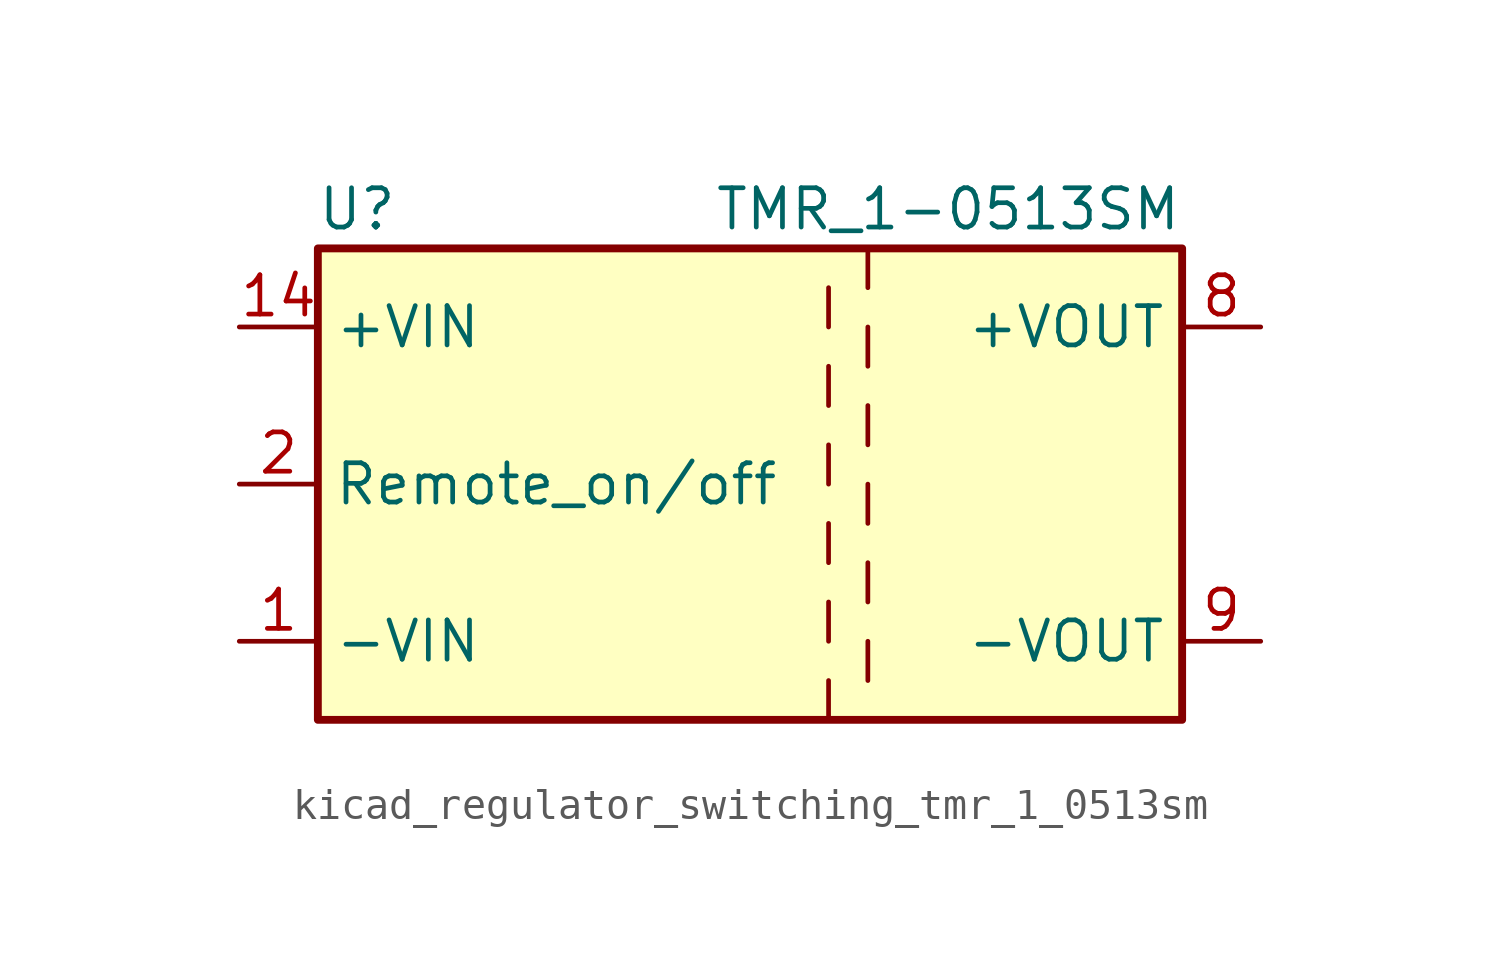
<source format=kicad_sym>
(kicad_symbol_lib
  (version 20220914)
  (generator kicad_symbol_editor)
  (symbol "kicad_regulator_switching_tmr_1_0513sm"
    (property "Reference" "U"
      (at -16.51 8.89 0)
      (effects (font (size 1.27 1.27))))
    (property "Value" "TMR_1-0513SM"
      (at 10.16 8.89 0)
      (effects (font (size 1.27 1.27)) (justify right)))
    (symbol "kicad_regulator_switching_tmr_1_0513sm_0_1"
      (rectangle (start -17.78 7.62) (end 10.16 -7.62) (stroke (width 0.254) (type default)) (fill (type background)))
      (polyline (pts (xy -1.27 -6.35) (xy -1.27 -7.62)) (stroke (width 0) (type default)) (fill (type none)))
      (polyline (pts (xy -1.27 -3.81) (xy -1.27 -5.08)) (stroke (width 0) (type default)) (fill (type none)))
      (polyline (pts (xy -1.27 -1.27) (xy -1.27 -2.54)) (stroke (width 0) (type default)) (fill (type none)))
      (polyline (pts (xy -1.27 1.27) (xy -1.27 0)) (stroke (width 0) (type default)) (fill (type none)))
      (polyline (pts (xy -1.27 3.81) (xy -1.27 2.54)) (stroke (width 0) (type default)) (fill (type none)))
      (polyline (pts (xy -1.27 6.35) (xy -1.27 5.08)) (stroke (width 0) (type default)) (fill (type none)))
      (polyline (pts (xy 0 -5.08) (xy 0 -6.35)) (stroke (width 0) (type default)) (fill (type none)))
      (polyline (pts (xy 0 -2.54) (xy 0 -3.81)) (stroke (width 0) (type default)) (fill (type none)))
      (polyline (pts (xy 0 0) (xy 0 -1.27)) (stroke (width 0) (type default)) (fill (type none)))
      (polyline (pts (xy 0 2.54) (xy 0 1.27)) (stroke (width 0) (type default)) (fill (type none)))
      (polyline (pts (xy 0 5.08) (xy 0 3.81)) (stroke (width 0) (type default)) (fill (type none)))
      (polyline (pts (xy 0 7.62) (xy 0 6.35)) (stroke (width 0) (type default)) (fill (type none))))
    (symbol "kicad_regulator_switching_tmr_1_0513sm_1_1"
      (pin power_in line (at -20.32 -5.08 0) (length 2.54) (name "-VIN" (effects (font (size 1.27 1.27)))) (number "1" (effects (font (size 1.27 1.27)))))
      (pin power_in line (at -20.32 5.08 0) (length 2.54) (name "+VIN" (effects (font (size 1.27 1.27)))) (number "14" (effects (font (size 1.27 1.27)))))
      (pin input line (at -20.32 0 0) (length 2.54) (name "Remote_on/off" (effects (font (size 1.27 1.27)))) (number "2" (effects (font (size 1.27 1.27)))))
      (pin no_connect line (at 10.16 2.54 180) (length 2.54) hide (name "NC" (effects (font (size 1.27 1.27)))) (number "6" (effects (font (size 1.27 1.27)))))
      (pin no_connect line (at 10.16 -2.54 180) (length 2.54) hide (name "NC" (effects (font (size 1.27 1.27)))) (number "7" (effects (font (size 1.27 1.27)))))
      (pin power_out line (at 12.7 5.08 180) (length 2.54) (name "+VOUT" (effects (font (size 1.27 1.27)))) (number "8" (effects (font (size 1.27 1.27)))))
      (pin power_out line (at 12.7 -5.08 180) (length 2.54) (name "-VOUT" (effects (font (size 1.27 1.27)))) (number "9" (effects (font (size 1.27 1.27))))))))
</source>
